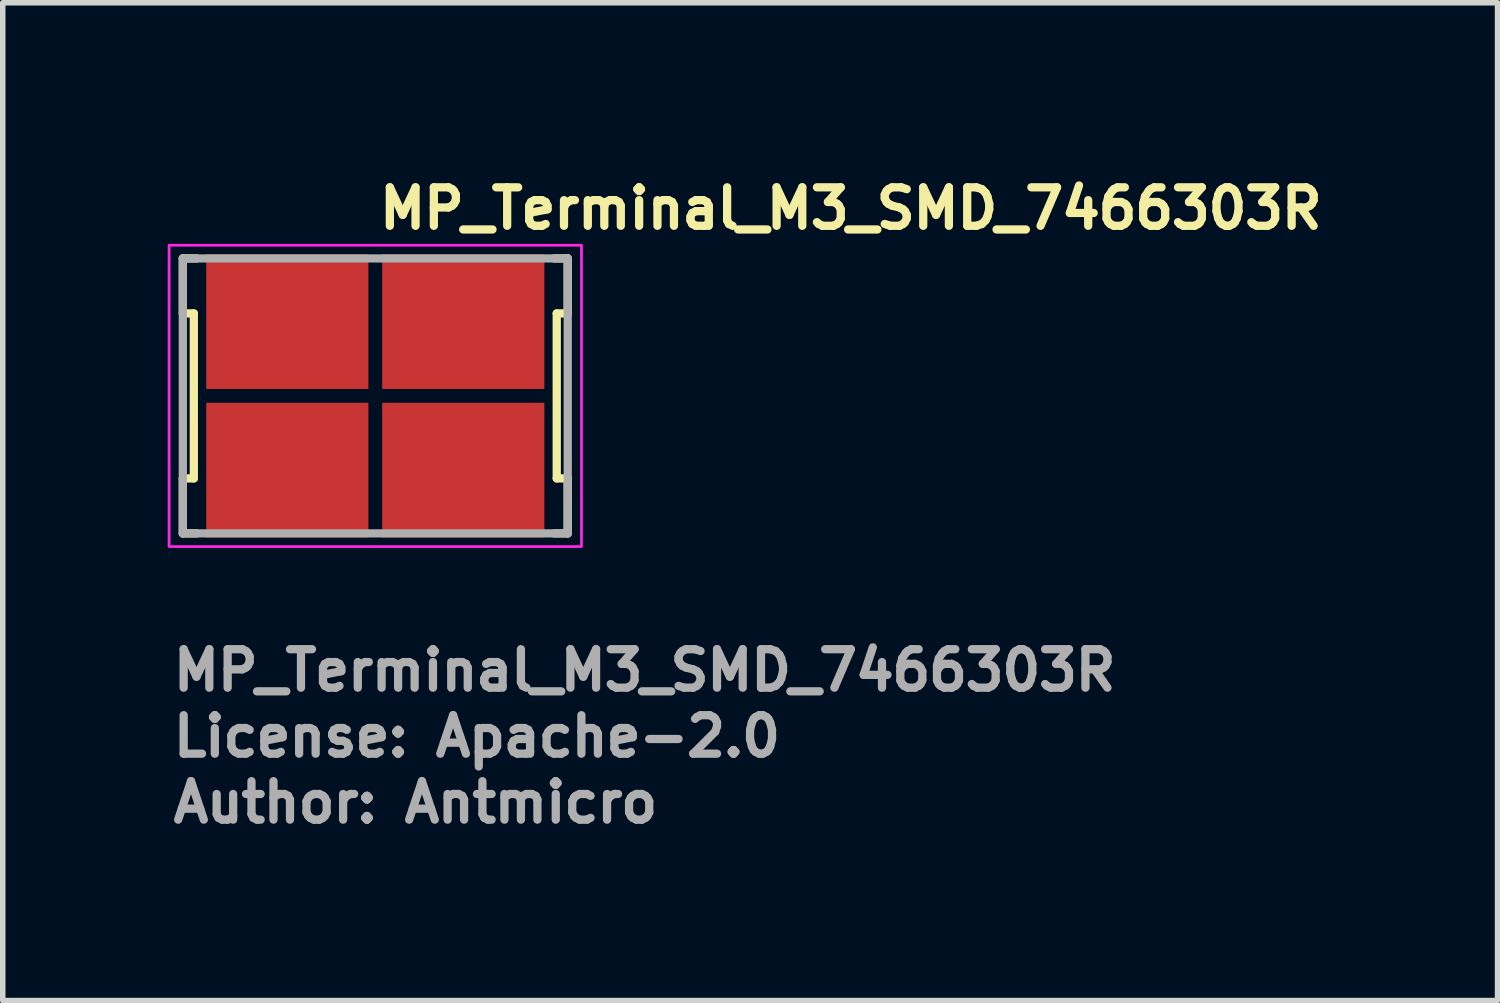
<source format=kicad_pcb>
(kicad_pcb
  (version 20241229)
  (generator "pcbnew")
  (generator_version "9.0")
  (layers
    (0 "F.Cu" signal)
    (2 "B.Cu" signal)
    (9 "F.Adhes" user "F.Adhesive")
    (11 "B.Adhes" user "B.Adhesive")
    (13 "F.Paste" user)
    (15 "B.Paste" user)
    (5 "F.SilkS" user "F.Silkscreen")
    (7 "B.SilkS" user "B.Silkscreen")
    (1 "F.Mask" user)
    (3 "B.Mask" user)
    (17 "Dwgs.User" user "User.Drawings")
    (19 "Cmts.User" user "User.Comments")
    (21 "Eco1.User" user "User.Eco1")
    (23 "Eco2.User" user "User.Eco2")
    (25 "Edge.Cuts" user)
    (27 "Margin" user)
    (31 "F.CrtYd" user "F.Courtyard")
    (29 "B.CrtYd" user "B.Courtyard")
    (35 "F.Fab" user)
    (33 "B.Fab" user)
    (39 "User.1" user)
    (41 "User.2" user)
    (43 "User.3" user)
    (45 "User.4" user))
  (footprint "MP_Terminal_M3_SMD_7466303R"
    (layer "F.Cu")
    (at 3.775 4.15)
    (property "Reference" "MP_Terminal_M3_SMD_7466303R" (at 0 -3 0) (layer "F.SilkS") (effects (font (size 0.7 0.7) (thickness 0.15)) (justify left bottom)))
    (attr smd)
    (fp_line (start -3.5 -2.5) (end -3.5 -1.5) (stroke (width 0.15) (type solid)) (layer "F.SilkS"))
    (fp_line (start -3.5 -2.5) (end -3.25 -2.5) (stroke (width 0.15) (type solid)) (layer "F.SilkS"))
    (fp_line (start -3.5 -1.5) (end -3.3 -1.5) (stroke (width 0.15) (type solid)) (layer "F.SilkS"))
    (fp_line (start -3.5 1.5) (end -3.5 2.5) (stroke (width 0.15) (type solid)) (layer "F.SilkS"))
    (fp_line (start -3.5 2.5) (end -3.25 2.5) (stroke (width 0.15) (type solid)) (layer "F.SilkS"))
    (fp_line (start -3.3 -1.5) (end -3.3 1.5) (stroke (width 0.15) (type solid)) (layer "F.SilkS"))
    (fp_line (start -3.3 1.5) (end -3.5 1.5) (stroke (width 0.15) (type solid)) (layer "F.SilkS"))
    (fp_line (start 3.3 -1.5) (end 3.3 1.5) (stroke (width 0.15) (type solid)) (layer "F.SilkS"))
    (fp_line (start 3.3 1.5) (end 3.5 1.5) (stroke (width 0.15) (type solid)) (layer "F.SilkS"))
    (fp_line (start 3.5 -2.5) (end 3.25 -2.5) (stroke (width 0.15) (type solid)) (layer "F.SilkS"))
    (fp_line (start 3.5 -2.5) (end 3.5 -1.5) (stroke (width 0.15) (type solid)) (layer "F.SilkS"))
    (fp_line (start 3.5 -1.5) (end 3.3 -1.5) (stroke (width 0.15) (type solid)) (layer "F.SilkS"))
    (fp_line (start 3.5 1.5) (end 3.5 2.5) (stroke (width 0.15) (type solid)) (layer "F.SilkS"))
    (fp_line (start 3.5 2.5) (end 3.25 2.5) (stroke (width 0.15) (type solid)) (layer "F.SilkS"))
    (fp_rect (start -3.75 -2.74) (end 3.75 2.74) (stroke (width 0.05) (type solid)) (fill no) (layer "F.CrtYd"))
    (fp_line (start -3.5 -2.5) (end 3.5 -2.5) (stroke (width 0.15) (type solid)) (layer "F.Fab"))
    (fp_line (start -3.5 2.5) (end -3.5 -2.5) (stroke (width 0.15) (type solid)) (layer "F.Fab"))
    (fp_line (start 3.5 -2.5) (end 3.5 2.5) (stroke (width 0.15) (type solid)) (layer "F.Fab"))
    (fp_line (start 3.5 2.5) (end -3.5 2.5) (stroke (width 0.15) (type solid)) (layer "F.Fab"))
    (fp_rect (start -3.5 -2.49) (end 3.5 2.49) (stroke (width 0.1) (type solid)) (fill no) (layer "User.5"))
    (fp_line (start -3.5 2.49) (end -3.5 -2.49) (stroke (width 0.02) (type solid)) (layer "User.9"))
    (fp_line (start 3.5 -2.49) (end -3.5 -2.49) (stroke (width 0.02) (type solid)) (layer "User.9"))
    (fp_line (start 3.5 2.49) (end -3.5 2.49) (stroke (width 0.02) (type solid)) (layer "User.9"))
    (fp_line (start 3.5 2.49) (end 3.5 -2.49) (stroke (width 0.02) (type solid)) (layer "User.9"))
    (fp_text user "Author: Antmicro" (at -3.75 7.8 0) (layer "F.Fab") (effects (font (size 0.7 0.7) (thickness 0.15)) (justify left bottom)))
    (fp_text user "${REFERENCE}" (at -3.75 5.4 0) (layer "F.Fab") (effects (font (size 0.7 0.7) (thickness 0.15)) (justify left bottom)))
    (fp_text user "License: Apache-2.0" (at -3.75 6.6 0) (layer "F.Fab") (effects (font (size 0.7 0.7) (thickness 0.15)) (justify left bottom)))
    (pad "1" smd rect (at -1.6 -1.35 180) (size 2.95 2.45) (layers "F.Cu" "F.Mask" "F.Paste"))
    (pad "1" smd rect (at -1.6 1.35 180) (size 2.95 2.45) (layers "F.Cu" "F.Mask" "F.Paste"))
    (pad "1" smd rect (at 1.6 -1.35 180) (size 2.95 2.45) (layers "F.Cu" "F.Mask" "F.Paste"))
    (pad "1" smd rect (at 1.6 1.35 180) (size 2.95 2.45) (layers "F.Cu" "F.Mask" "F.Paste")))
  (gr_rect
    (start -3 -3)
    (end 24.185 15.146)
    (stroke (width 0.1) (type default))
    (fill no)
    (layer "Edge.Cuts")))
</source>
